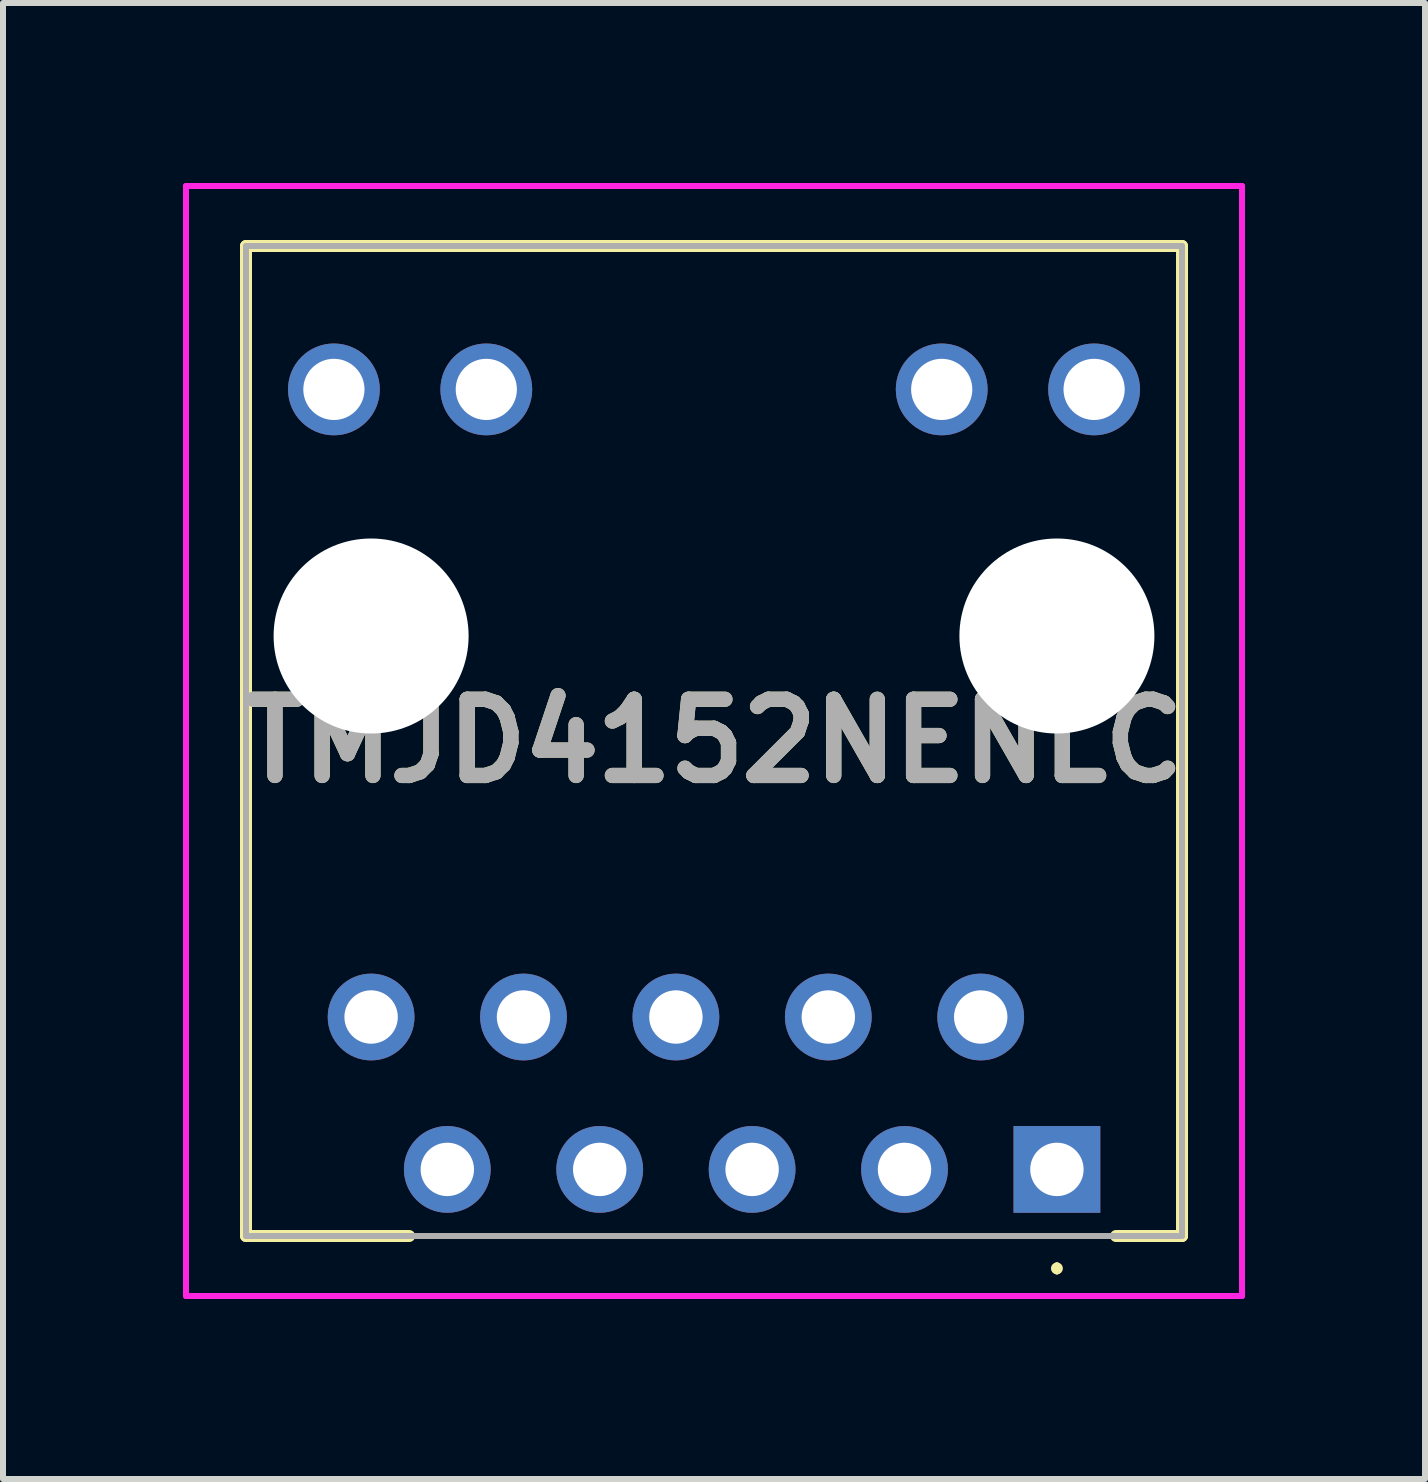
<source format=kicad_pcb>
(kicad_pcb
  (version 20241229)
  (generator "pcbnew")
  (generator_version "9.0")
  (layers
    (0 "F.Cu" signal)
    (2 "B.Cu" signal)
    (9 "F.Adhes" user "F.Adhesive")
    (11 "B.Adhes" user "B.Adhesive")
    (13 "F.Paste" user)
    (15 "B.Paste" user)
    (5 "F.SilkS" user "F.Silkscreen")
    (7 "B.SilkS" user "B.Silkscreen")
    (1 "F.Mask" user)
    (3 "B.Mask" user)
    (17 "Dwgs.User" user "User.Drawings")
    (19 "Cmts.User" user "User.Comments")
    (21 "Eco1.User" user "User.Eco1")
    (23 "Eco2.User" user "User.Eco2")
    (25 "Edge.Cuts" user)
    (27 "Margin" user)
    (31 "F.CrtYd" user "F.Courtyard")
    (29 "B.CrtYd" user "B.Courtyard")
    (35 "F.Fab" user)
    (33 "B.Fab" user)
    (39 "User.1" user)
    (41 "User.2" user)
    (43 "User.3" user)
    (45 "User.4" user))
  (footprint "TMJD4152NENLC"
    (layer "F.Cu")
    (at 14.565 16.44)
    (property "Reference" "TMJD4152NENLC" (at -5.715 -7.14 0) (layer "F.SilkS") (effects (font (size 1.27 1.27) (thickness 0.254))))
    (attr through_hole)
    (fp_line (start -13.515 -15.39) (end 2.085 -15.39) (stroke (width 0.2) (type solid)) (layer "F.SilkS"))
    (fp_line (start -13.515 1.11) (end -13.515 -15.39) (stroke (width 0.2) (type solid)) (layer "F.SilkS"))
    (fp_line (start -10.795 1.11) (end -13.515 1.11) (stroke (width 0.2) (type solid)) (layer "F.SilkS"))
    (fp_line (start 0 1.6) (end 0 1.6) (stroke (width 0.1) (type solid)) (layer "F.SilkS"))
    (fp_line (start 0 1.7) (end 0 1.7) (stroke (width 0.1) (type solid)) (layer "F.SilkS"))
    (fp_line (start 2.085 -15.39) (end 2.085 1.11) (stroke (width 0.2) (type solid)) (layer "F.SilkS"))
    (fp_line (start 2.085 1.11) (end 0.985 1.11) (stroke (width 0.2) (type solid)) (layer "F.SilkS"))
    (fp_arc (start 0 1.6) (mid 0.05 1.65) (end 0 1.7) (stroke (width 0.1) (type solid)) (layer "F.SilkS"))
    (fp_arc (start 0 1.7) (mid -0.05 1.65) (end 0 1.6) (stroke (width 0.1) (type solid)) (layer "F.SilkS"))
    (fp_line (start -14.515 -16.39) (end 3.085 -16.39) (stroke (width 0.1) (type solid)) (layer "F.CrtYd"))
    (fp_line (start -14.515 2.11) (end -14.515 -16.39) (stroke (width 0.1) (type solid)) (layer "F.CrtYd"))
    (fp_line (start 3.085 -16.39) (end 3.085 2.11) (stroke (width 0.1) (type solid)) (layer "F.CrtYd"))
    (fp_line (start 3.085 2.11) (end -14.515 2.11) (stroke (width 0.1) (type solid)) (layer "F.CrtYd"))
    (fp_line (start -13.515 -15.39) (end 2.085 -15.39) (stroke (width 0.1) (type solid)) (layer "F.Fab"))
    (fp_line (start -13.515 1.11) (end -13.515 -15.39) (stroke (width 0.1) (type solid)) (layer "F.Fab"))
    (fp_line (start 2.085 -15.39) (end 2.085 1.11) (stroke (width 0.1) (type solid)) (layer "F.Fab"))
    (fp_line (start 2.085 1.11) (end -13.515 1.11) (stroke (width 0.1) (type solid)) (layer "F.Fab"))
    (fp_text user "${REFERENCE}" (at -5.715 -7.14 0) (layer "F.Fab") (effects (font (size 1.27 1.27) (thickness 0.254))))
    (pad "" np_thru_hole circle (at -11.43 -8.89) (size 3.25 3.25) (drill 3.25) (layers "*.Cu" "*.Mask"))
    (pad "" np_thru_hole circle (at 0 -8.89) (size 3.25 3.25) (drill 3.25) (layers "*.Cu" "*.Mask"))
    (pad "1" thru_hole rect (at 0 0) (size 1.446 1.446) (drill 0.89) (layers "*.Cu" "*.Mask"))
    (pad "2" thru_hole circle (at -1.27 -2.54) (size 1.446 1.446) (drill 0.89) (layers "*.Cu" "*.Mask"))
    (pad "3" thru_hole circle (at -2.54 0) (size 1.446 1.446) (drill 0.89) (layers "*.Cu" "*.Mask"))
    (pad "4" thru_hole circle (at -3.81 -2.54) (size 1.446 1.446) (drill 0.89) (layers "*.Cu" "*.Mask"))
    (pad "5" thru_hole circle (at -5.08 0) (size 1.446 1.446) (drill 0.89) (layers "*.Cu" "*.Mask"))
    (pad "6" thru_hole circle (at -6.35 -2.54) (size 1.446 1.446) (drill 0.89) (layers "*.Cu" "*.Mask"))
    (pad "7" thru_hole circle (at -7.62 0) (size 1.446 1.446) (drill 0.89) (layers "*.Cu" "*.Mask"))
    (pad "8" thru_hole circle (at -8.89 -2.54) (size 1.446 1.446) (drill 0.89) (layers "*.Cu" "*.Mask"))
    (pad "9" thru_hole circle (at -10.16 0) (size 1.446 1.446) (drill 0.89) (layers "*.Cu" "*.Mask"))
    (pad "10" thru_hole circle (at -11.43 -2.54) (size 1.446 1.446) (drill 0.89) (layers "*.Cu" "*.Mask"))
    (pad "11" thru_hole circle (at 0.62 -13) (size 1.53 1.53) (drill 1.02) (layers "*.Cu" "*.Mask"))
    (pad "12" thru_hole circle (at -1.92 -13) (size 1.53 1.53) (drill 1.02) (layers "*.Cu" "*.Mask"))
    (pad "13" thru_hole circle (at -9.51 -13) (size 1.53 1.53) (drill 1.02) (layers "*.Cu" "*.Mask"))
    (pad "14" thru_hole circle (at -12.05 -13) (size 1.53 1.53) (drill 1.02) (layers "*.Cu" "*.Mask")))
  (gr_rect
    (start -3 -3)
    (end 20.7 21.6)
    (stroke (width 0.1) (type default))
    (fill no)
    (layer "Edge.Cuts")))
</source>
